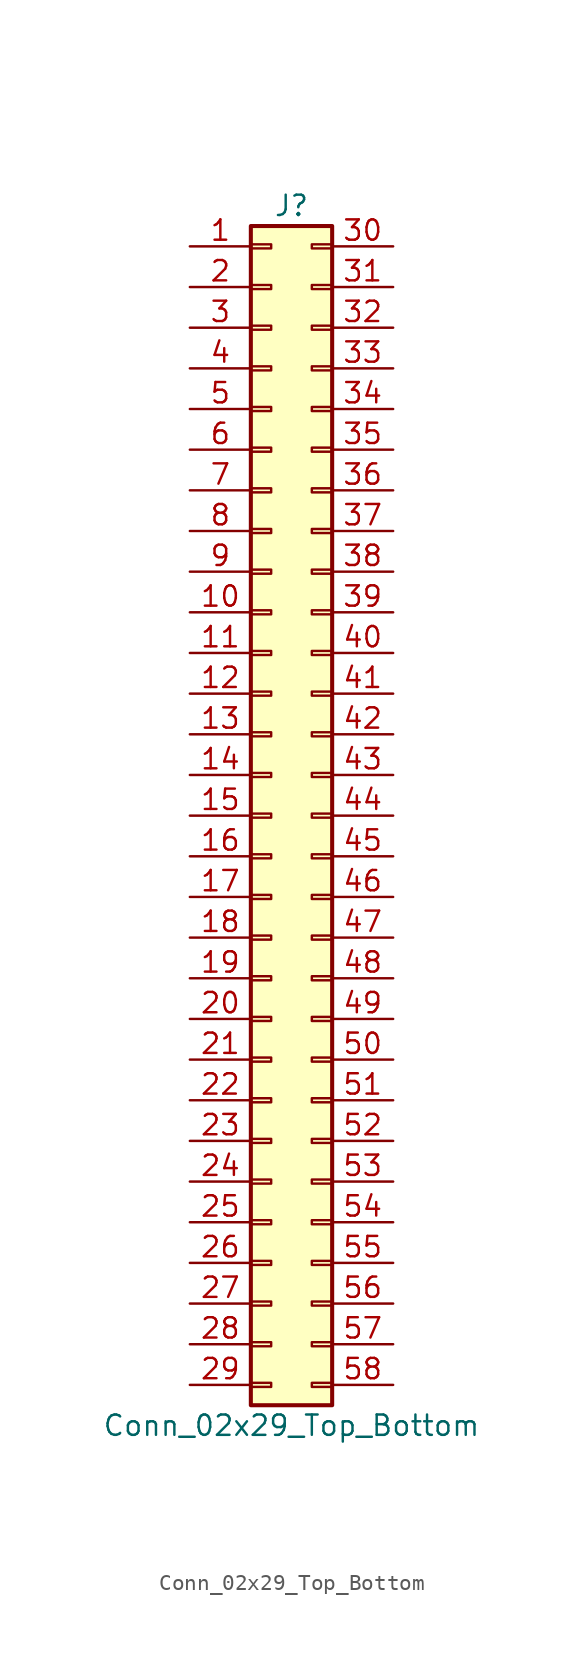
<source format=kicad_sym>
(kicad_symbol_lib
  (version 20201005)
  (generator kicad_symbol_editor)
  (symbol "Conn_02x29_Top_Bottom"
    (pin_names
      (offset 1.016) hide)
    (property "Reference" "J"
      (at 1.27 38.1 0)
      (effects (font (size 1.27 1.27))))
    (property "Value" "Conn_02x29_Top_Bottom"
      (at 1.27 -38.1 0)
      (effects (font (size 1.27 1.27))))
    (symbol "Conn_02x29_Top_Bottom_1_1"
      (rectangle (start -1.27 -35.433) (end 0 -35.687) (stroke (width 0.152)) (fill (type none)))
      (rectangle (start -1.27 -32.893) (end 0 -33.147) (stroke (width 0.152)) (fill (type none)))
      (rectangle (start -1.27 -30.353) (end 0 -30.607) (stroke (width 0.152)) (fill (type none)))
      (rectangle (start -1.27 -27.813) (end 0 -28.067) (stroke (width 0.152)) (fill (type none)))
      (rectangle (start -1.27 -25.273) (end 0 -25.527) (stroke (width 0.152)) (fill (type none)))
      (rectangle (start -1.27 -22.733) (end 0 -22.987) (stroke (width 0.152)) (fill (type none)))
      (rectangle (start -1.27 -20.193) (end 0 -20.447) (stroke (width 0.152)) (fill (type none)))
      (rectangle (start -1.27 -17.653) (end 0 -17.907) (stroke (width 0.152)) (fill (type none)))
      (rectangle (start -1.27 -15.113) (end 0 -15.367) (stroke (width 0.152)) (fill (type none)))
      (rectangle (start -1.27 -12.573) (end 0 -12.827) (stroke (width 0.152)) (fill (type none)))
      (rectangle (start -1.27 -10.033) (end 0 -10.287) (stroke (width 0.152)) (fill (type none)))
      (rectangle (start -1.27 -7.493) (end 0 -7.747) (stroke (width 0.152)) (fill (type none)))
      (rectangle (start -1.27 -4.953) (end 0 -5.207) (stroke (width 0.152)) (fill (type none)))
      (rectangle (start -1.27 -2.413) (end 0 -2.667) (stroke (width 0.152)) (fill (type none)))
      (rectangle (start -1.27 0.127) (end 0 -0.127) (stroke (width 0.152)) (fill (type none)))
      (rectangle (start -1.27 2.667) (end 0 2.413) (stroke (width 0.152)) (fill (type none)))
      (rectangle (start -1.27 5.207) (end 0 4.953) (stroke (width 0.152)) (fill (type none)))
      (rectangle (start -1.27 7.747) (end 0 7.493) (stroke (width 0.152)) (fill (type none)))
      (rectangle (start -1.27 10.287) (end 0 10.033) (stroke (width 0.152)) (fill (type none)))
      (rectangle (start -1.27 12.827) (end 0 12.573) (stroke (width 0.152)) (fill (type none)))
      (rectangle (start -1.27 15.367) (end 0 15.113) (stroke (width 0.152)) (fill (type none)))
      (rectangle (start -1.27 17.907) (end 0 17.653) (stroke (width 0.152)) (fill (type none)))
      (rectangle (start -1.27 20.447) (end 0 20.193) (stroke (width 0.152)) (fill (type none)))
      (rectangle (start -1.27 22.987) (end 0 22.733) (stroke (width 0.152)) (fill (type none)))
      (rectangle (start -1.27 25.527) (end 0 25.273) (stroke (width 0.152)) (fill (type none)))
      (rectangle (start -1.27 28.067) (end 0 27.813) (stroke (width 0.152)) (fill (type none)))
      (rectangle (start -1.27 30.607) (end 0 30.353) (stroke (width 0.152)) (fill (type none)))
      (rectangle (start -1.27 33.147) (end 0 32.893) (stroke (width 0.152)) (fill (type none)))
      (rectangle (start -1.27 35.687) (end 0 35.433) (stroke (width 0.152)) (fill (type none)))
      (rectangle (start 3.81 -35.433) (end 2.54 -35.687) (stroke (width 0.152)) (fill (type none)))
      (rectangle (start 3.81 -32.893) (end 2.54 -33.147) (stroke (width 0.152)) (fill (type none)))
      (rectangle (start 3.81 -30.353) (end 2.54 -30.607) (stroke (width 0.152)) (fill (type none)))
      (rectangle (start 3.81 -27.813) (end 2.54 -28.067) (stroke (width 0.152)) (fill (type none)))
      (rectangle (start 3.81 -25.273) (end 2.54 -25.527) (stroke (width 0.152)) (fill (type none)))
      (rectangle (start 3.81 -22.733) (end 2.54 -22.987) (stroke (width 0.152)) (fill (type none)))
      (rectangle (start 3.81 -20.193) (end 2.54 -20.447) (stroke (width 0.152)) (fill (type none)))
      (rectangle (start 3.81 -17.653) (end 2.54 -17.907) (stroke (width 0.152)) (fill (type none)))
      (rectangle (start 3.81 -15.113) (end 2.54 -15.367) (stroke (width 0.152)) (fill (type none)))
      (rectangle (start 3.81 -12.573) (end 2.54 -12.827) (stroke (width 0.152)) (fill (type none)))
      (rectangle (start 3.81 -10.033) (end 2.54 -10.287) (stroke (width 0.152)) (fill (type none)))
      (rectangle (start 3.81 -7.493) (end 2.54 -7.747) (stroke (width 0.152)) (fill (type none)))
      (rectangle (start 3.81 -4.953) (end 2.54 -5.207) (stroke (width 0.152)) (fill (type none)))
      (rectangle (start 3.81 -2.413) (end 2.54 -2.667) (stroke (width 0.152)) (fill (type none)))
      (rectangle (start 3.81 0.127) (end 2.54 -0.127) (stroke (width 0.152)) (fill (type none)))
      (rectangle (start 3.81 2.667) (end 2.54 2.413) (stroke (width 0.152)) (fill (type none)))
      (rectangle (start 3.81 5.207) (end 2.54 4.953) (stroke (width 0.152)) (fill (type none)))
      (rectangle (start 3.81 7.747) (end 2.54 7.493) (stroke (width 0.152)) (fill (type none)))
      (rectangle (start 3.81 10.287) (end 2.54 10.033) (stroke (width 0.152)) (fill (type none)))
      (rectangle (start 3.81 12.827) (end 2.54 12.573) (stroke (width 0.152)) (fill (type none)))
      (rectangle (start 3.81 15.367) (end 2.54 15.113) (stroke (width 0.152)) (fill (type none)))
      (rectangle (start 3.81 17.907) (end 2.54 17.653) (stroke (width 0.152)) (fill (type none)))
      (rectangle (start 3.81 20.447) (end 2.54 20.193) (stroke (width 0.152)) (fill (type none)))
      (rectangle (start 3.81 22.987) (end 2.54 22.733) (stroke (width 0.152)) (fill (type none)))
      (rectangle (start 3.81 25.527) (end 2.54 25.273) (stroke (width 0.152)) (fill (type none)))
      (rectangle (start 3.81 28.067) (end 2.54 27.813) (stroke (width 0.152)) (fill (type none)))
      (rectangle (start 3.81 30.607) (end 2.54 30.353) (stroke (width 0.152)) (fill (type none)))
      (rectangle (start 3.81 33.147) (end 2.54 32.893) (stroke (width 0.152)) (fill (type none)))
      (rectangle (start 3.81 35.687) (end 2.54 35.433) (stroke (width 0.152)) (fill (type none)))
      (rectangle (start -1.27 36.83) (end 3.81 -36.83) (stroke (width 0.254)) (fill (type background)))
      (pin passive line (at -5.08 35.56 0) (length 3.81) (name "Pin_1" (effects (font (size 1.27 1.27)))) (number "1" (effects (font (size 1.27 1.27)))))
      (pin passive line (at -5.08 12.7 0) (length 3.81) (name "Pin_10" (effects (font (size 1.27 1.27)))) (number "10" (effects (font (size 1.27 1.27)))))
      (pin passive line (at -5.08 10.16 0) (length 3.81) (name "Pin_11" (effects (font (size 1.27 1.27)))) (number "11" (effects (font (size 1.27 1.27)))))
      (pin passive line (at -5.08 7.62 0) (length 3.81) (name "Pin_12" (effects (font (size 1.27 1.27)))) (number "12" (effects (font (size 1.27 1.27)))))
      (pin passive line (at -5.08 5.08 0) (length 3.81) (name "Pin_13" (effects (font (size 1.27 1.27)))) (number "13" (effects (font (size 1.27 1.27)))))
      (pin passive line (at -5.08 2.54 0) (length 3.81) (name "Pin_14" (effects (font (size 1.27 1.27)))) (number "14" (effects (font (size 1.27 1.27)))))
      (pin passive line (at -5.08 0 0) (length 3.81) (name "Pin_15" (effects (font (size 1.27 1.27)))) (number "15" (effects (font (size 1.27 1.27)))))
      (pin passive line (at -5.08 -2.54 0) (length 3.81) (name "Pin_16" (effects (font (size 1.27 1.27)))) (number "16" (effects (font (size 1.27 1.27)))))
      (pin passive line (at -5.08 -5.08 0) (length 3.81) (name "Pin_17" (effects (font (size 1.27 1.27)))) (number "17" (effects (font (size 1.27 1.27)))))
      (pin passive line (at -5.08 -7.62 0) (length 3.81) (name "Pin_18" (effects (font (size 1.27 1.27)))) (number "18" (effects (font (size 1.27 1.27)))))
      (pin passive line (at -5.08 -10.16 0) (length 3.81) (name "Pin_19" (effects (font (size 1.27 1.27)))) (number "19" (effects (font (size 1.27 1.27)))))
      (pin passive line (at -5.08 33.02 0) (length 3.81) (name "Pin_2" (effects (font (size 1.27 1.27)))) (number "2" (effects (font (size 1.27 1.27)))))
      (pin passive line (at -5.08 -12.7 0) (length 3.81) (name "Pin_20" (effects (font (size 1.27 1.27)))) (number "20" (effects (font (size 1.27 1.27)))))
      (pin passive line (at -5.08 -15.24 0) (length 3.81) (name "Pin_21" (effects (font (size 1.27 1.27)))) (number "21" (effects (font (size 1.27 1.27)))))
      (pin passive line (at -5.08 -17.78 0) (length 3.81) (name "Pin_22" (effects (font (size 1.27 1.27)))) (number "22" (effects (font (size 1.27 1.27)))))
      (pin passive line (at -5.08 -20.32 0) (length 3.81) (name "Pin_23" (effects (font (size 1.27 1.27)))) (number "23" (effects (font (size 1.27 1.27)))))
      (pin passive line (at -5.08 -22.86 0) (length 3.81) (name "Pin_24" (effects (font (size 1.27 1.27)))) (number "24" (effects (font (size 1.27 1.27)))))
      (pin passive line (at -5.08 -25.4 0) (length 3.81) (name "Pin_25" (effects (font (size 1.27 1.27)))) (number "25" (effects (font (size 1.27 1.27)))))
      (pin passive line (at -5.08 -27.94 0) (length 3.81) (name "Pin_26" (effects (font (size 1.27 1.27)))) (number "26" (effects (font (size 1.27 1.27)))))
      (pin passive line (at -5.08 -30.48 0) (length 3.81) (name "Pin_27" (effects (font (size 1.27 1.27)))) (number "27" (effects (font (size 1.27 1.27)))))
      (pin passive line (at -5.08 -33.02 0) (length 3.81) (name "Pin_28" (effects (font (size 1.27 1.27)))) (number "28" (effects (font (size 1.27 1.27)))))
      (pin passive line (at -5.08 -35.56 0) (length 3.81) (name "Pin_29" (effects (font (size 1.27 1.27)))) (number "29" (effects (font (size 1.27 1.27)))))
      (pin passive line (at -5.08 30.48 0) (length 3.81) (name "Pin_3" (effects (font (size 1.27 1.27)))) (number "3" (effects (font (size 1.27 1.27)))))
      (pin passive line (at 7.62 35.56 180) (length 3.81) (name "Pin_30" (effects (font (size 1.27 1.27)))) (number "30" (effects (font (size 1.27 1.27)))))
      (pin passive line (at 7.62 33.02 180) (length 3.81) (name "Pin_31" (effects (font (size 1.27 1.27)))) (number "31" (effects (font (size 1.27 1.27)))))
      (pin passive line (at 7.62 30.48 180) (length 3.81) (name "Pin_32" (effects (font (size 1.27 1.27)))) (number "32" (effects (font (size 1.27 1.27)))))
      (pin passive line (at 7.62 27.94 180) (length 3.81) (name "Pin_33" (effects (font (size 1.27 1.27)))) (number "33" (effects (font (size 1.27 1.27)))))
      (pin passive line (at 7.62 25.4 180) (length 3.81) (name "Pin_34" (effects (font (size 1.27 1.27)))) (number "34" (effects (font (size 1.27 1.27)))))
      (pin passive line (at 7.62 22.86 180) (length 3.81) (name "Pin_35" (effects (font (size 1.27 1.27)))) (number "35" (effects (font (size 1.27 1.27)))))
      (pin passive line (at 7.62 20.32 180) (length 3.81) (name "Pin_36" (effects (font (size 1.27 1.27)))) (number "36" (effects (font (size 1.27 1.27)))))
      (pin passive line (at 7.62 17.78 180) (length 3.81) (name "Pin_37" (effects (font (size 1.27 1.27)))) (number "37" (effects (font (size 1.27 1.27)))))
      (pin passive line (at 7.62 15.24 180) (length 3.81) (name "Pin_38" (effects (font (size 1.27 1.27)))) (number "38" (effects (font (size 1.27 1.27)))))
      (pin passive line (at 7.62 12.7 180) (length 3.81) (name "Pin_39" (effects (font (size 1.27 1.27)))) (number "39" (effects (font (size 1.27 1.27)))))
      (pin passive line (at -5.08 27.94 0) (length 3.81) (name "Pin_4" (effects (font (size 1.27 1.27)))) (number "4" (effects (font (size 1.27 1.27)))))
      (pin passive line (at 7.62 10.16 180) (length 3.81) (name "Pin_40" (effects (font (size 1.27 1.27)))) (number "40" (effects (font (size 1.27 1.27)))))
      (pin passive line (at 7.62 7.62 180) (length 3.81) (name "Pin_41" (effects (font (size 1.27 1.27)))) (number "41" (effects (font (size 1.27 1.27)))))
      (pin passive line (at 7.62 5.08 180) (length 3.81) (name "Pin_42" (effects (font (size 1.27 1.27)))) (number "42" (effects (font (size 1.27 1.27)))))
      (pin passive line (at 7.62 2.54 180) (length 3.81) (name "Pin_43" (effects (font (size 1.27 1.27)))) (number "43" (effects (font (size 1.27 1.27)))))
      (pin passive line (at 7.62 0 180) (length 3.81) (name "Pin_44" (effects (font (size 1.27 1.27)))) (number "44" (effects (font (size 1.27 1.27)))))
      (pin passive line (at 7.62 -2.54 180) (length 3.81) (name "Pin_45" (effects (font (size 1.27 1.27)))) (number "45" (effects (font (size 1.27 1.27)))))
      (pin passive line (at 7.62 -5.08 180) (length 3.81) (name "Pin_46" (effects (font (size 1.27 1.27)))) (number "46" (effects (font (size 1.27 1.27)))))
      (pin passive line (at 7.62 -7.62 180) (length 3.81) (name "Pin_47" (effects (font (size 1.27 1.27)))) (number "47" (effects (font (size 1.27 1.27)))))
      (pin passive line (at 7.62 -10.16 180) (length 3.81) (name "Pin_48" (effects (font (size 1.27 1.27)))) (number "48" (effects (font (size 1.27 1.27)))))
      (pin passive line (at 7.62 -12.7 180) (length 3.81) (name "Pin_49" (effects (font (size 1.27 1.27)))) (number "49" (effects (font (size 1.27 1.27)))))
      (pin passive line (at -5.08 25.4 0) (length 3.81) (name "Pin_5" (effects (font (size 1.27 1.27)))) (number "5" (effects (font (size 1.27 1.27)))))
      (pin passive line (at 7.62 -15.24 180) (length 3.81) (name "Pin_50" (effects (font (size 1.27 1.27)))) (number "50" (effects (font (size 1.27 1.27)))))
      (pin passive line (at 7.62 -17.78 180) (length 3.81) (name "Pin_51" (effects (font (size 1.27 1.27)))) (number "51" (effects (font (size 1.27 1.27)))))
      (pin passive line (at 7.62 -20.32 180) (length 3.81) (name "Pin_52" (effects (font (size 1.27 1.27)))) (number "52" (effects (font (size 1.27 1.27)))))
      (pin passive line (at 7.62 -22.86 180) (length 3.81) (name "Pin_53" (effects (font (size 1.27 1.27)))) (number "53" (effects (font (size 1.27 1.27)))))
      (pin passive line (at 7.62 -25.4 180) (length 3.81) (name "Pin_54" (effects (font (size 1.27 1.27)))) (number "54" (effects (font (size 1.27 1.27)))))
      (pin passive line (at 7.62 -27.94 180) (length 3.81) (name "Pin_55" (effects (font (size 1.27 1.27)))) (number "55" (effects (font (size 1.27 1.27)))))
      (pin passive line (at 7.62 -30.48 180) (length 3.81) (name "Pin_56" (effects (font (size 1.27 1.27)))) (number "56" (effects (font (size 1.27 1.27)))))
      (pin passive line (at 7.62 -33.02 180) (length 3.81) (name "Pin_57" (effects (font (size 1.27 1.27)))) (number "57" (effects (font (size 1.27 1.27)))))
      (pin passive line (at 7.62 -35.56 180) (length 3.81) (name "Pin_58" (effects (font (size 1.27 1.27)))) (number "58" (effects (font (size 1.27 1.27)))))
      (pin passive line (at -5.08 22.86 0) (length 3.81) (name "Pin_6" (effects (font (size 1.27 1.27)))) (number "6" (effects (font (size 1.27 1.27)))))
      (pin passive line (at -5.08 20.32 0) (length 3.81) (name "Pin_7" (effects (font (size 1.27 1.27)))) (number "7" (effects (font (size 1.27 1.27)))))
      (pin passive line (at -5.08 17.78 0) (length 3.81) (name "Pin_8" (effects (font (size 1.27 1.27)))) (number "8" (effects (font (size 1.27 1.27)))))
      (pin passive line (at -5.08 15.24 0) (length 3.81) (name "Pin_9" (effects (font (size 1.27 1.27)))) (number "9" (effects (font (size 1.27 1.27))))))))
</source>
